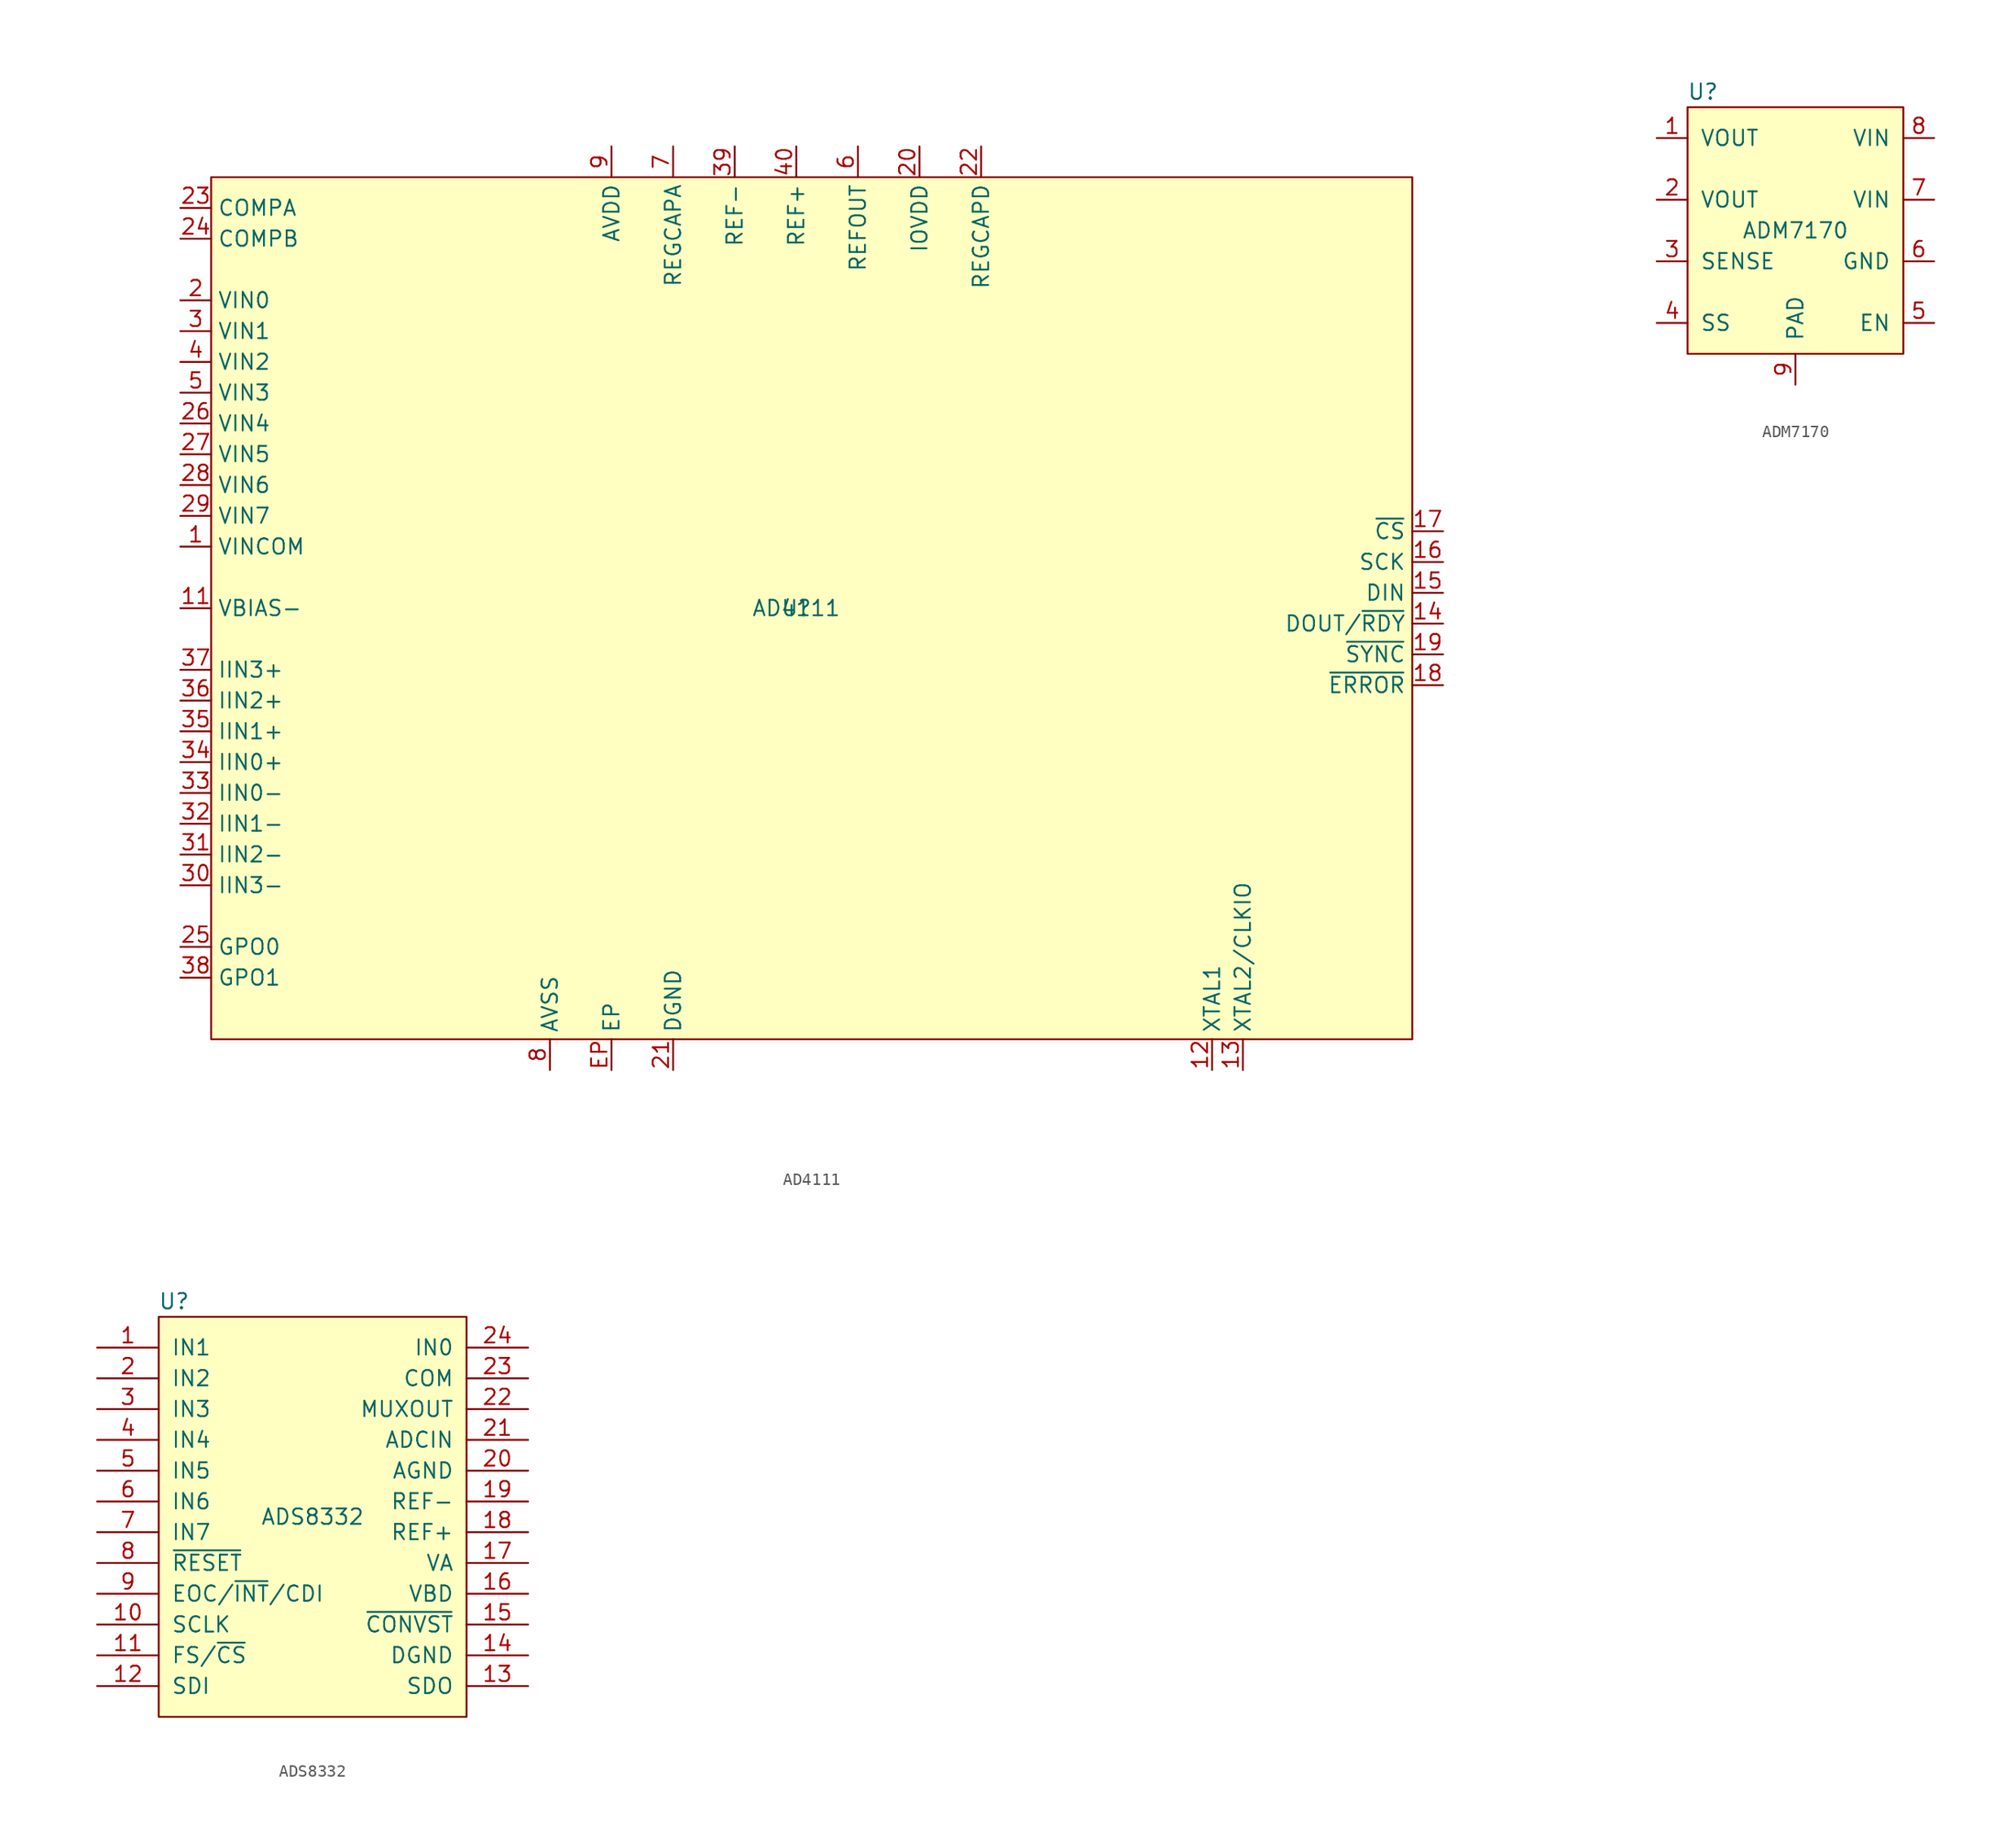
<source format=kicad_sym>
(kicad_symbol_lib
  (version 20211014)
  (generator kicad_symbol_editor)
  (symbol "AD4111"
    (property "Reference" "U"
      (at 0 0 0)
      (effects (font (size 1.27 1.27))))
    (property "Value" "AD4111"
      (at 0 0 0)
      (effects (font (size 1.27 1.27))))
    (symbol "AD4111_0_0"
      (pin no_connect line (at -5.08 -38.1 90) (length 2.54) hide (name "DNC" (effects (font (size 1.27 1.27)))) (number "10" (effects (font (size 1.27 1.27)))))
      (pin power_in line (at -10.16 -38.1 90) (length 2.54) (name "DGND" (effects (font (size 1.27 1.27)))) (number "21" (effects (font (size 1.27 1.27)))))
      (pin power_in line (at -15.24 -38.1 90) (length 2.54) (name "EP" (effects (font (size 1.27 1.27)))) (number "EP" (effects (font (size 1.27 1.27))))))
    (symbol "AD4111_0_1"
      (rectangle (start -48.26 35.56) (end 50.8 -35.56) (stroke (width 0) (type default) (color 0 0 0 0)) (fill (type background))))
    (symbol "AD4111_1_1"
      (pin input line (at -50.8 5.08 0) (length 2.54) (name "VINCOM" (effects (font (size 1.27 1.27)))) (number "1" (effects (font (size 1.27 1.27)))))
      (pin input line (at -50.8 0 0) (length 2.54) (name "VBIAS-" (effects (font (size 1.27 1.27)))) (number "11" (effects (font (size 1.27 1.27)))))
      (pin input line (at 34.29 -38.1 90) (length 2.54) (name "XTAL1" (effects (font (size 1.27 1.27)))) (number "12" (effects (font (size 1.27 1.27)))))
      (pin input line (at 36.83 -38.1 90) (length 2.54) (name "XTAL2/CLKIO" (effects (font (size 1.27 1.27)))) (number "13" (effects (font (size 1.27 1.27)))))
      (pin input line (at 53.34 -1.27 180) (length 2.54) (name "DOUT/~{RDY}" (effects (font (size 1.27 1.27)))) (number "14" (effects (font (size 1.27 1.27)))))
      (pin input line (at 53.34 1.27 180) (length 2.54) (name "DIN" (effects (font (size 1.27 1.27)))) (number "15" (effects (font (size 1.27 1.27)))))
      (pin input line (at 53.34 3.81 180) (length 2.54) (name "SCK" (effects (font (size 1.27 1.27)))) (number "16" (effects (font (size 1.27 1.27)))))
      (pin input line (at 53.34 6.35 180) (length 2.54) (name "~{CS}" (effects (font (size 1.27 1.27)))) (number "17" (effects (font (size 1.27 1.27)))))
      (pin bidirectional line (at 53.34 -6.35 180) (length 2.54) (name "~{ERROR}" (effects (font (size 1.27 1.27)))) (number "18" (effects (font (size 1.27 1.27)))))
      (pin input line (at 53.34 -3.81 180) (length 2.54) (name "~{SYNC}" (effects (font (size 1.27 1.27)))) (number "19" (effects (font (size 1.27 1.27)))))
      (pin input line (at -50.8 25.4 0) (length 2.54) (name "VIN0" (effects (font (size 1.27 1.27)))) (number "2" (effects (font (size 1.27 1.27)))))
      (pin power_in line (at 10.16 38.1 270) (length 2.54) (name "IOVDD" (effects (font (size 1.27 1.27)))) (number "20" (effects (font (size 1.27 1.27)))))
      (pin input line (at 15.24 38.1 270) (length 2.54) (name "REGCAPD" (effects (font (size 1.27 1.27)))) (number "22" (effects (font (size 1.27 1.27)))))
      (pin output line (at -50.8 33.02 0) (length 2.54) (name "COMPA" (effects (font (size 1.27 1.27)))) (number "23" (effects (font (size 1.27 1.27)))))
      (pin output line (at -50.8 30.48 0) (length 2.54) (name "COMPB" (effects (font (size 1.27 1.27)))) (number "24" (effects (font (size 1.27 1.27)))))
      (pin output line (at -50.8 -27.94 0) (length 2.54) (name "GPO0" (effects (font (size 1.27 1.27)))) (number "25" (effects (font (size 1.27 1.27)))))
      (pin input line (at -50.8 15.24 0) (length 2.54) (name "VIN4" (effects (font (size 1.27 1.27)))) (number "26" (effects (font (size 1.27 1.27)))))
      (pin input line (at -50.8 12.7 0) (length 2.54) (name "VIN5" (effects (font (size 1.27 1.27)))) (number "27" (effects (font (size 1.27 1.27)))))
      (pin input line (at -50.8 10.16 0) (length 2.54) (name "VIN6" (effects (font (size 1.27 1.27)))) (number "28" (effects (font (size 1.27 1.27)))))
      (pin input line (at -50.8 7.62 0) (length 2.54) (name "VIN7" (effects (font (size 1.27 1.27)))) (number "29" (effects (font (size 1.27 1.27)))))
      (pin input line (at -50.8 22.86 0) (length 2.54) (name "VIN1" (effects (font (size 1.27 1.27)))) (number "3" (effects (font (size 1.27 1.27)))))
      (pin input line (at -50.8 -22.86 0) (length 2.54) (name "IIN3-" (effects (font (size 1.27 1.27)))) (number "30" (effects (font (size 1.27 1.27)))))
      (pin input line (at -50.8 -20.32 0) (length 2.54) (name "IIN2-" (effects (font (size 1.27 1.27)))) (number "31" (effects (font (size 1.27 1.27)))))
      (pin input line (at -50.8 -17.78 0) (length 2.54) (name "IIN1-" (effects (font (size 1.27 1.27)))) (number "32" (effects (font (size 1.27 1.27)))))
      (pin input line (at -50.8 -15.24 0) (length 2.54) (name "IIN0-" (effects (font (size 1.27 1.27)))) (number "33" (effects (font (size 1.27 1.27)))))
      (pin input line (at -50.8 -12.7 0) (length 2.54) (name "IIN0+" (effects (font (size 1.27 1.27)))) (number "34" (effects (font (size 1.27 1.27)))))
      (pin input line (at -50.8 -10.16 0) (length 2.54) (name "IIN1+" (effects (font (size 1.27 1.27)))) (number "35" (effects (font (size 1.27 1.27)))))
      (pin input line (at -50.8 -7.62 0) (length 2.54) (name "IIN2+" (effects (font (size 1.27 1.27)))) (number "36" (effects (font (size 1.27 1.27)))))
      (pin input line (at -50.8 -5.08 0) (length 2.54) (name "IIN3+" (effects (font (size 1.27 1.27)))) (number "37" (effects (font (size 1.27 1.27)))))
      (pin output line (at -50.8 -30.48 0) (length 2.54) (name "GPO1" (effects (font (size 1.27 1.27)))) (number "38" (effects (font (size 1.27 1.27)))))
      (pin input line (at -5.08 38.1 270) (length 2.54) (name "REF-" (effects (font (size 1.27 1.27)))) (number "39" (effects (font (size 1.27 1.27)))))
      (pin input line (at -50.8 20.32 0) (length 2.54) (name "VIN2" (effects (font (size 1.27 1.27)))) (number "4" (effects (font (size 1.27 1.27)))))
      (pin input line (at 0 38.1 270) (length 2.54) (name "REF+" (effects (font (size 1.27 1.27)))) (number "40" (effects (font (size 1.27 1.27)))))
      (pin input line (at -50.8 17.78 0) (length 2.54) (name "VIN3" (effects (font (size 1.27 1.27)))) (number "5" (effects (font (size 1.27 1.27)))))
      (pin output line (at 5.08 38.1 270) (length 2.54) (name "REFOUT" (effects (font (size 1.27 1.27)))) (number "6" (effects (font (size 1.27 1.27)))))
      (pin input line (at -10.16 38.1 270) (length 2.54) (name "REGCAPA" (effects (font (size 1.27 1.27)))) (number "7" (effects (font (size 1.27 1.27)))))
      (pin power_in line (at -20.32 -38.1 90) (length 2.54) (name "AVSS" (effects (font (size 1.27 1.27)))) (number "8" (effects (font (size 1.27 1.27)))))
      (pin power_in line (at -15.24 38.1 270) (length 2.54) (name "AVDD" (effects (font (size 1.27 1.27)))) (number "9" (effects (font (size 1.27 1.27)))))))
  (symbol "ADM7170"
    (pin_names
      (offset 1.016))
    (property "Reference" "U"
      (at -7.62 11.43 0)
      (effects (font (size 1.27 1.27))))
    (property "Value" "ADM7170"
      (at 0 0 0)
      (effects (font (size 1.27 1.27))))
    (symbol "ADM7170_0_1"
      (rectangle (start -8.89 10.16) (end 8.89 -10.16) (stroke (width 0) (type default) (color 0 0 0 0)) (fill (type background))))
    (symbol "ADM7170_1_1"
      (pin power_out line (at -11.43 7.62 0) (length 2.54) (name "VOUT" (effects (font (size 1.27 1.27)))) (number "1" (effects (font (size 1.27 1.27)))))
      (pin passive line (at -11.43 2.54 0) (length 2.54) (name "VOUT" (effects (font (size 1.27 1.27)))) (number "2" (effects (font (size 1.27 1.27)))))
      (pin input line (at -11.43 -2.54 0) (length 2.54) (name "SENSE" (effects (font (size 1.27 1.27)))) (number "3" (effects (font (size 1.27 1.27)))))
      (pin input line (at -11.43 -7.62 0) (length 2.54) (name "SS" (effects (font (size 1.27 1.27)))) (number "4" (effects (font (size 1.27 1.27)))))
      (pin input line (at 11.43 -7.62 180) (length 2.54) (name "EN" (effects (font (size 1.27 1.27)))) (number "5" (effects (font (size 1.27 1.27)))))
      (pin power_in line (at 11.43 -2.54 180) (length 2.54) (name "GND" (effects (font (size 1.27 1.27)))) (number "6" (effects (font (size 1.27 1.27)))))
      (pin power_in line (at 11.43 2.54 180) (length 2.54) (name "VIN" (effects (font (size 1.27 1.27)))) (number "7" (effects (font (size 1.27 1.27)))))
      (pin power_in line (at 11.43 7.62 180) (length 2.54) (name "VIN" (effects (font (size 1.27 1.27)))) (number "8" (effects (font (size 1.27 1.27)))))
      (pin power_in line (at 0 -12.7 90) (length 2.54) (name "PAD" (effects (font (size 1.27 1.27)))) (number "9" (effects (font (size 1.27 1.27)))))))
  (symbol "ADS8332"
    (pin_names
      (offset 1.016))
    (property "Reference" "U"
      (at -11.43 17.78 0)
      (effects (font (size 1.27 1.27))))
    (property "Value" "ADS8332"
      (at 0 0 0)
      (effects (font (size 1.27 1.27))))
    (symbol "ADS8332_0_1"
      (rectangle (start -12.7 16.51) (end 12.7 -16.51) (stroke (width 0) (type default) (color 0 0 0 0)) (fill (type background))))
    (symbol "ADS8332_1_1"
      (pin input line (at -17.78 13.97 0) (length 5.08) (name "IN1" (effects (font (size 1.27 1.27)))) (number "1" (effects (font (size 1.27 1.27)))))
      (pin input line (at -17.78 -8.89 0) (length 5.08) (name "SCLK" (effects (font (size 1.27 1.27)))) (number "10" (effects (font (size 1.27 1.27)))))
      (pin input line (at -17.78 -11.43 0) (length 5.08) (name "FS/~{CS}" (effects (font (size 1.27 1.27)))) (number "11" (effects (font (size 1.27 1.27)))))
      (pin input line (at -17.78 -13.97 0) (length 5.08) (name "SDI" (effects (font (size 1.27 1.27)))) (number "12" (effects (font (size 1.27 1.27)))))
      (pin output line (at 17.78 -13.97 180) (length 5.08) (name "SDO" (effects (font (size 1.27 1.27)))) (number "13" (effects (font (size 1.27 1.27)))))
      (pin power_in line (at 17.78 -11.43 180) (length 5.08) (name "DGND" (effects (font (size 1.27 1.27)))) (number "14" (effects (font (size 1.27 1.27)))))
      (pin input line (at 17.78 -8.89 180) (length 5.08) (name "~{CONVST}" (effects (font (size 1.27 1.27)))) (number "15" (effects (font (size 1.27 1.27)))))
      (pin power_in line (at 17.78 -6.35 180) (length 5.08) (name "VBD" (effects (font (size 1.27 1.27)))) (number "16" (effects (font (size 1.27 1.27)))))
      (pin power_in line (at 17.78 -3.81 180) (length 5.08) (name "VA" (effects (font (size 1.27 1.27)))) (number "17" (effects (font (size 1.27 1.27)))))
      (pin input line (at 17.78 -1.27 180) (length 5.08) (name "REF+" (effects (font (size 1.27 1.27)))) (number "18" (effects (font (size 1.27 1.27)))))
      (pin input line (at 17.78 1.27 180) (length 5.08) (name "REF-" (effects (font (size 1.27 1.27)))) (number "19" (effects (font (size 1.27 1.27)))))
      (pin input line (at -17.78 11.43 0) (length 5.08) (name "IN2" (effects (font (size 1.27 1.27)))) (number "2" (effects (font (size 1.27 1.27)))))
      (pin power_in line (at 17.78 3.81 180) (length 5.08) (name "AGND" (effects (font (size 1.27 1.27)))) (number "20" (effects (font (size 1.27 1.27)))))
      (pin input line (at 17.78 6.35 180) (length 5.08) (name "ADCIN" (effects (font (size 1.27 1.27)))) (number "21" (effects (font (size 1.27 1.27)))))
      (pin output line (at 17.78 8.89 180) (length 5.08) (name "MUXOUT" (effects (font (size 1.27 1.27)))) (number "22" (effects (font (size 1.27 1.27)))))
      (pin input line (at 17.78 11.43 180) (length 5.08) (name "COM" (effects (font (size 1.27 1.27)))) (number "23" (effects (font (size 1.27 1.27)))))
      (pin input line (at 17.78 13.97 180) (length 5.08) (name "IN0" (effects (font (size 1.27 1.27)))) (number "24" (effects (font (size 1.27 1.27)))))
      (pin input line (at -17.78 8.89 0) (length 5.08) (name "IN3" (effects (font (size 1.27 1.27)))) (number "3" (effects (font (size 1.27 1.27)))))
      (pin input line (at -17.78 6.35 0) (length 5.08) (name "IN4" (effects (font (size 1.27 1.27)))) (number "4" (effects (font (size 1.27 1.27)))))
      (pin input line (at -17.78 3.81 0) (length 5.08) (name "IN5" (effects (font (size 1.27 1.27)))) (number "5" (effects (font (size 1.27 1.27)))))
      (pin input line (at -17.78 1.27 0) (length 5.08) (name "IN6" (effects (font (size 1.27 1.27)))) (number "6" (effects (font (size 1.27 1.27)))))
      (pin input line (at -17.78 -1.27 0) (length 5.08) (name "IN7" (effects (font (size 1.27 1.27)))) (number "7" (effects (font (size 1.27 1.27)))))
      (pin input line (at -17.78 -3.81 0) (length 5.08) (name "~{RESET}" (effects (font (size 1.27 1.27)))) (number "8" (effects (font (size 1.27 1.27)))))
      (pin bidirectional line (at -17.78 -6.35 0) (length 5.08) (name "EOC/~{INT}/CDI" (effects (font (size 1.27 1.27)))) (number "9" (effects (font (size 1.27 1.27))))))))
</source>
